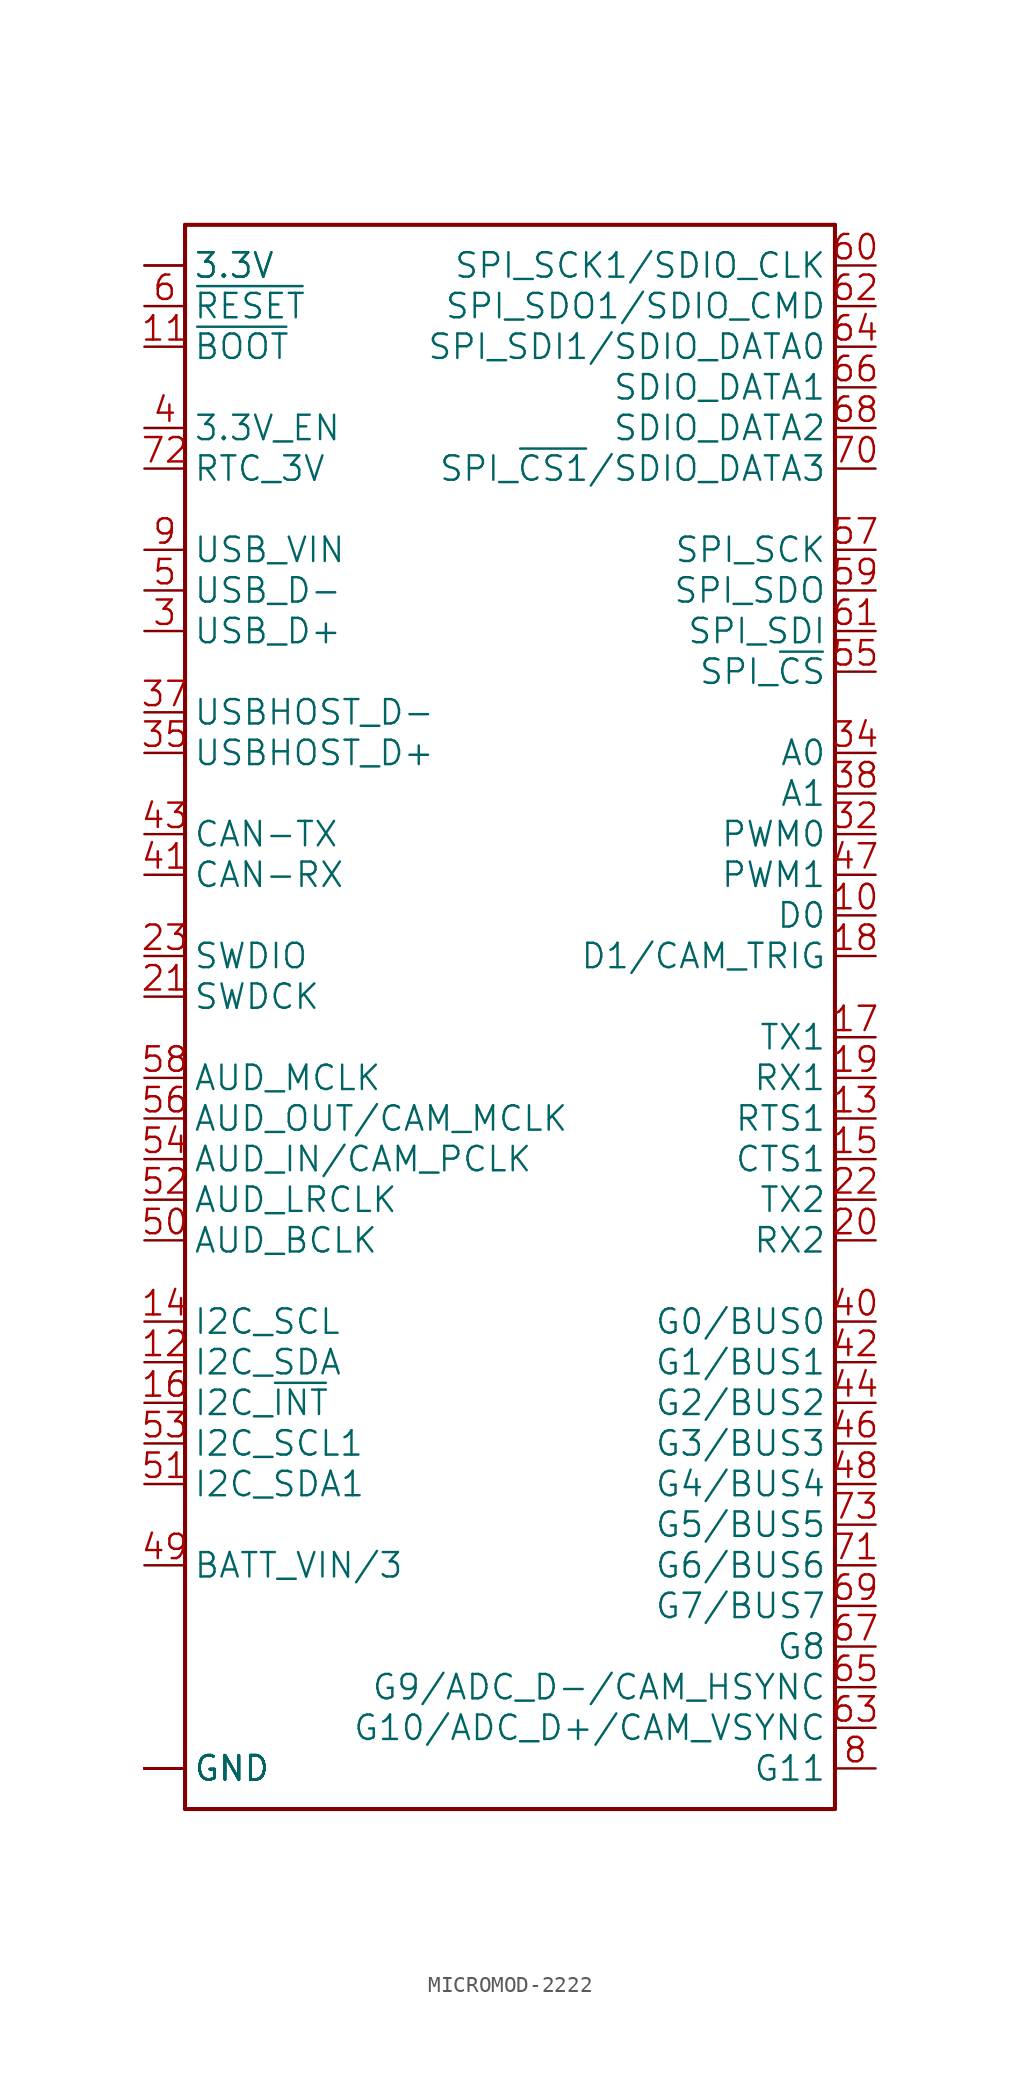
<source format=kicad_sym>
(kicad_symbol_lib
  (version 20241209)
  (generator "kicad_symbol_editor")
  (generator_version "9.0")
  (symbol "MICROMOD-2222"
    (property "Reference" "J"
      (at -20.32 53.848 0)
      (effects (font (size 1.778 1.511)) (justify left bottom) (hide yes)))
    (property "ki_locked" ""
      (at 0 0 0)
      (effects (font (size 1.27 1.27))))
    (symbol "MICROMOD-2222_1_0"
      (polyline (pts (xy -20.32 53.34) (xy 20.32 53.34)) (stroke (width 0.254) (type solid)) (fill (type none)))
      (polyline (pts (xy -20.32 -45.72) (xy -20.32 53.34)) (stroke (width 0.254) (type solid)) (fill (type none)))
      (polyline (pts (xy 20.32 53.34) (xy 20.32 -45.72)) (stroke (width 0.254) (type solid)) (fill (type none)))
      (polyline (pts (xy 20.32 -45.72) (xy -20.32 -45.72)) (stroke (width 0.254) (type solid)) (fill (type none)))
      (pin bidirectional line (at -22.86 50.8 0) (length 2.54) (name "3.3V" (effects (font (size 1.524 1.524)))) (number "2" (effects (font (size 0 0)))))
      (pin bidirectional line (at -22.86 50.8 0) (length 2.54) (name "3.3V" (effects (font (size 1.524 1.524)))) (number "74" (effects (font (size 0 0)))))
      (pin bidirectional line (at -22.86 48.26 0) (length 2.54) (name "~{RESET}" (effects (font (size 1.524 1.524)))) (number "6" (effects (font (size 1.524 1.524)))))
      (pin bidirectional line (at -22.86 45.72 0) (length 2.54) (name "~{BOOT}" (effects (font (size 1.524 1.524)))) (number "11" (effects (font (size 1.524 1.524)))))
      (pin bidirectional line (at -22.86 40.64 0) (length 2.54) (name "3.3V_EN" (effects (font (size 1.524 1.524)))) (number "4" (effects (font (size 1.524 1.524)))))
      (pin bidirectional line (at -22.86 38.1 0) (length 2.54) (name "RTC_3V" (effects (font (size 1.524 1.524)))) (number "72" (effects (font (size 1.524 1.524)))))
      (pin bidirectional line (at -22.86 33.02 0) (length 2.54) (name "USB_VIN" (effects (font (size 1.524 1.524)))) (number "9" (effects (font (size 1.524 1.524)))))
      (pin bidirectional line (at -22.86 30.48 0) (length 2.54) (name "USB_D-" (effects (font (size 1.524 1.524)))) (number "5" (effects (font (size 1.524 1.524)))))
      (pin bidirectional line (at -22.86 27.94 0) (length 2.54) (name "USB_D+" (effects (font (size 1.524 1.524)))) (number "3" (effects (font (size 1.524 1.524)))))
      (pin bidirectional line (at -22.86 22.86 0) (length 2.54) (name "USBHOST_D-" (effects (font (size 1.524 1.524)))) (number "37" (effects (font (size 1.524 1.524)))))
      (pin bidirectional line (at -22.86 20.32 0) (length 2.54) (name "USBHOST_D+" (effects (font (size 1.524 1.524)))) (number "35" (effects (font (size 1.524 1.524)))))
      (pin bidirectional line (at -22.86 15.24 0) (length 2.54) (name "CAN-TX" (effects (font (size 1.524 1.524)))) (number "43" (effects (font (size 1.524 1.524)))))
      (pin bidirectional line (at -22.86 12.7 0) (length 2.54) (name "CAN-RX" (effects (font (size 1.524 1.524)))) (number "41" (effects (font (size 1.524 1.524)))))
      (pin bidirectional line (at -22.86 7.62 0) (length 2.54) (name "SWDIO" (effects (font (size 1.524 1.524)))) (number "23" (effects (font (size 1.524 1.524)))))
      (pin bidirectional line (at -22.86 5.08 0) (length 2.54) (name "SWDCK" (effects (font (size 1.524 1.524)))) (number "21" (effects (font (size 1.524 1.524)))))
      (pin bidirectional line (at -22.86 0 0) (length 2.54) (name "AUD_MCLK" (effects (font (size 1.524 1.524)))) (number "58" (effects (font (size 1.524 1.524)))))
      (pin bidirectional line (at -22.86 -2.54 0) (length 2.54) (name "AUD_OUT/CAM_MCLK" (effects (font (size 1.524 1.524)))) (number "56" (effects (font (size 1.524 1.524)))))
      (pin bidirectional line (at -22.86 -5.08 0) (length 2.54) (name "AUD_IN/CAM_PCLK" (effects (font (size 1.524 1.524)))) (number "54" (effects (font (size 1.524 1.524)))))
      (pin bidirectional line (at -22.86 -7.62 0) (length 2.54) (name "AUD_LRCLK" (effects (font (size 1.524 1.524)))) (number "52" (effects (font (size 1.524 1.524)))))
      (pin bidirectional line (at -22.86 -10.16 0) (length 2.54) (name "AUD_BCLK" (effects (font (size 1.524 1.524)))) (number "50" (effects (font (size 1.524 1.524)))))
      (pin bidirectional line (at -22.86 -15.24 0) (length 2.54) (name "I2C_SCL" (effects (font (size 1.524 1.524)))) (number "14" (effects (font (size 1.524 1.524)))))
      (pin bidirectional line (at -22.86 -17.78 0) (length 2.54) (name "I2C_SDA" (effects (font (size 1.524 1.524)))) (number "12" (effects (font (size 1.524 1.524)))))
      (pin bidirectional line (at -22.86 -20.32 0) (length 2.54) (name "I2C_~{INT}" (effects (font (size 1.524 1.524)))) (number "16" (effects (font (size 1.524 1.524)))))
      (pin bidirectional line (at -22.86 -22.86 0) (length 2.54) (name "I2C_SCL1" (effects (font (size 1.524 1.524)))) (number "53" (effects (font (size 1.524 1.524)))))
      (pin bidirectional line (at -22.86 -25.4 0) (length 2.54) (name "I2C_SDA1" (effects (font (size 1.524 1.524)))) (number "51" (effects (font (size 1.524 1.524)))))
      (pin bidirectional line (at -22.86 -30.48 0) (length 2.54) (name "BATT_VIN/3" (effects (font (size 1.524 1.524)))) (number "49" (effects (font (size 1.524 1.524)))))
      (pin bidirectional line (at -22.86 -43.18 0) (length 2.54) (name "GND" (effects (font (size 1.524 1.524)))) (number "1" (effects (font (size 0 0)))))
      (pin bidirectional line (at -22.86 -43.18 0) (length 2.54) (name "GND" (effects (font (size 1.524 1.524)))) (number "33" (effects (font (size 0 0)))))
      (pin bidirectional line (at -22.86 -43.18 0) (length 2.54) (name "GND" (effects (font (size 1.524 1.524)))) (number "36" (effects (font (size 0 0)))))
      (pin bidirectional line (at -22.86 -43.18 0) (length 2.54) (name "GND" (effects (font (size 1.524 1.524)))) (number "39" (effects (font (size 0 0)))))
      (pin bidirectional line (at -22.86 -43.18 0) (length 2.54) (name "GND" (effects (font (size 1.524 1.524)))) (number "45" (effects (font (size 0 0)))))
      (pin bidirectional line (at -22.86 -43.18 0) (length 2.54) (name "GND" (effects (font (size 1.524 1.524)))) (number "7" (effects (font (size 0 0)))))
      (pin bidirectional line (at -22.86 -43.18 0) (length 2.54) (name "GND" (effects (font (size 1.524 1.524)))) (number "75" (effects (font (size 0 0)))))
      (pin bidirectional line (at -22.86 -43.18 0) (length 2.54) (name "GND" (effects (font (size 1.524 1.524)))) (number "GND1" (effects (font (size 0 0)))))
      (pin bidirectional line (at -22.86 -43.18 0) (length 2.54) (name "GND" (effects (font (size 1.524 1.524)))) (number "GND2" (effects (font (size 0 0)))))
      (pin bidirectional line (at -22.86 -43.18 0) (length 2.54) (name "GND" (effects (font (size 1.524 1.524)))) (number "GND3" (effects (font (size 0 0)))))
      (pin bidirectional line (at 22.86 50.8 180) (length 2.54) (name "SPI_SCK1/SDIO_CLK" (effects (font (size 1.524 1.524)))) (number "60" (effects (font (size 1.524 1.524)))))
      (pin bidirectional line (at 22.86 48.26 180) (length 2.54) (name "SPI_SDO1/SDIO_CMD" (effects (font (size 1.524 1.524)))) (number "62" (effects (font (size 1.524 1.524)))))
      (pin bidirectional line (at 22.86 45.72 180) (length 2.54) (name "SPI_SDI1/SDIO_DATA0" (effects (font (size 1.524 1.524)))) (number "64" (effects (font (size 1.524 1.524)))))
      (pin bidirectional line (at 22.86 43.18 180) (length 2.54) (name "SDIO_DATA1" (effects (font (size 1.524 1.524)))) (number "66" (effects (font (size 1.524 1.524)))))
      (pin bidirectional line (at 22.86 40.64 180) (length 2.54) (name "SDIO_DATA2" (effects (font (size 1.524 1.524)))) (number "68" (effects (font (size 1.524 1.524)))))
      (pin bidirectional line (at 22.86 38.1 180) (length 2.54) (name "SPI_~{CS1}/SDIO_DATA3" (effects (font (size 1.524 1.524)))) (number "70" (effects (font (size 1.524 1.524)))))
      (pin bidirectional line (at 22.86 33.02 180) (length 2.54) (name "SPI_SCK" (effects (font (size 1.524 1.524)))) (number "57" (effects (font (size 1.524 1.524)))))
      (pin bidirectional line (at 22.86 30.48 180) (length 2.54) (name "SPI_SDO" (effects (font (size 1.524 1.524)))) (number "59" (effects (font (size 1.524 1.524)))))
      (pin bidirectional line (at 22.86 27.94 180) (length 2.54) (name "SPI_SDI" (effects (font (size 1.524 1.524)))) (number "61" (effects (font (size 1.524 1.524)))))
      (pin bidirectional line (at 22.86 25.4 180) (length 2.54) (name "SPI_~{CS}" (effects (font (size 1.524 1.524)))) (number "55" (effects (font (size 1.524 1.524)))))
      (pin bidirectional line (at 22.86 20.32 180) (length 2.54) (name "A0" (effects (font (size 1.524 1.524)))) (number "34" (effects (font (size 1.524 1.524)))))
      (pin bidirectional line (at 22.86 17.78 180) (length 2.54) (name "A1" (effects (font (size 1.524 1.524)))) (number "38" (effects (font (size 1.524 1.524)))))
      (pin bidirectional line (at 22.86 15.24 180) (length 2.54) (name "PWM0" (effects (font (size 1.524 1.524)))) (number "32" (effects (font (size 1.524 1.524)))))
      (pin bidirectional line (at 22.86 12.7 180) (length 2.54) (name "PWM1" (effects (font (size 1.524 1.524)))) (number "47" (effects (font (size 1.524 1.524)))))
      (pin bidirectional line (at 22.86 10.16 180) (length 2.54) (name "D0" (effects (font (size 1.524 1.524)))) (number "10" (effects (font (size 1.524 1.524)))))
      (pin bidirectional line (at 22.86 7.62 180) (length 2.54) (name "D1/CAM_TRIG" (effects (font (size 1.524 1.524)))) (number "18" (effects (font (size 1.524 1.524)))))
      (pin bidirectional line (at 22.86 2.54 180) (length 2.54) (name "TX1" (effects (font (size 1.524 1.524)))) (number "17" (effects (font (size 1.524 1.524)))))
      (pin bidirectional line (at 22.86 0 180) (length 2.54) (name "RX1" (effects (font (size 1.524 1.524)))) (number "19" (effects (font (size 1.524 1.524)))))
      (pin bidirectional line (at 22.86 -2.54 180) (length 2.54) (name "RTS1" (effects (font (size 1.524 1.524)))) (number "13" (effects (font (size 1.524 1.524)))))
      (pin bidirectional line (at 22.86 -5.08 180) (length 2.54) (name "CTS1" (effects (font (size 1.524 1.524)))) (number "15" (effects (font (size 1.524 1.524)))))
      (pin bidirectional line (at 22.86 -7.62 180) (length 2.54) (name "TX2" (effects (font (size 1.524 1.524)))) (number "22" (effects (font (size 1.524 1.524)))))
      (pin bidirectional line (at 22.86 -10.16 180) (length 2.54) (name "RX2" (effects (font (size 1.524 1.524)))) (number "20" (effects (font (size 1.524 1.524)))))
      (pin bidirectional line (at 22.86 -15.24 180) (length 2.54) (name "G0/BUS0" (effects (font (size 1.524 1.524)))) (number "40" (effects (font (size 1.524 1.524)))))
      (pin bidirectional line (at 22.86 -17.78 180) (length 2.54) (name "G1/BUS1" (effects (font (size 1.524 1.524)))) (number "42" (effects (font (size 1.524 1.524)))))
      (pin bidirectional line (at 22.86 -20.32 180) (length 2.54) (name "G2/BUS2" (effects (font (size 1.524 1.524)))) (number "44" (effects (font (size 1.524 1.524)))))
      (pin bidirectional line (at 22.86 -22.86 180) (length 2.54) (name "G3/BUS3" (effects (font (size 1.524 1.524)))) (number "46" (effects (font (size 1.524 1.524)))))
      (pin bidirectional line (at 22.86 -25.4 180) (length 2.54) (name "G4/BUS4" (effects (font (size 1.524 1.524)))) (number "48" (effects (font (size 1.524 1.524)))))
      (pin bidirectional line (at 22.86 -27.94 180) (length 2.54) (name "G5/BUS5" (effects (font (size 1.524 1.524)))) (number "73" (effects (font (size 1.524 1.524)))))
      (pin bidirectional line (at 22.86 -30.48 180) (length 2.54) (name "G6/BUS6" (effects (font (size 1.524 1.524)))) (number "71" (effects (font (size 1.524 1.524)))))
      (pin bidirectional line (at 22.86 -33.02 180) (length 2.54) (name "G7/BUS7" (effects (font (size 1.524 1.524)))) (number "69" (effects (font (size 1.524 1.524)))))
      (pin bidirectional line (at 22.86 -35.56 180) (length 2.54) (name "G8" (effects (font (size 1.524 1.524)))) (number "67" (effects (font (size 1.524 1.524)))))
      (pin bidirectional line (at 22.86 -38.1 180) (length 2.54) (name "G9/ADC_D-/CAM_HSYNC" (effects (font (size 1.524 1.524)))) (number "65" (effects (font (size 1.524 1.524)))))
      (pin bidirectional line (at 22.86 -40.64 180) (length 2.54) (name "G10/ADC_D+/CAM_VSYNC" (effects (font (size 1.524 1.524)))) (number "63" (effects (font (size 1.524 1.524)))))
      (pin bidirectional line (at 22.86 -43.18 180) (length 2.54) (name "G11" (effects (font (size 1.524 1.524)))) (number "8" (effects (font (size 1.524 1.524))))))))
</source>
